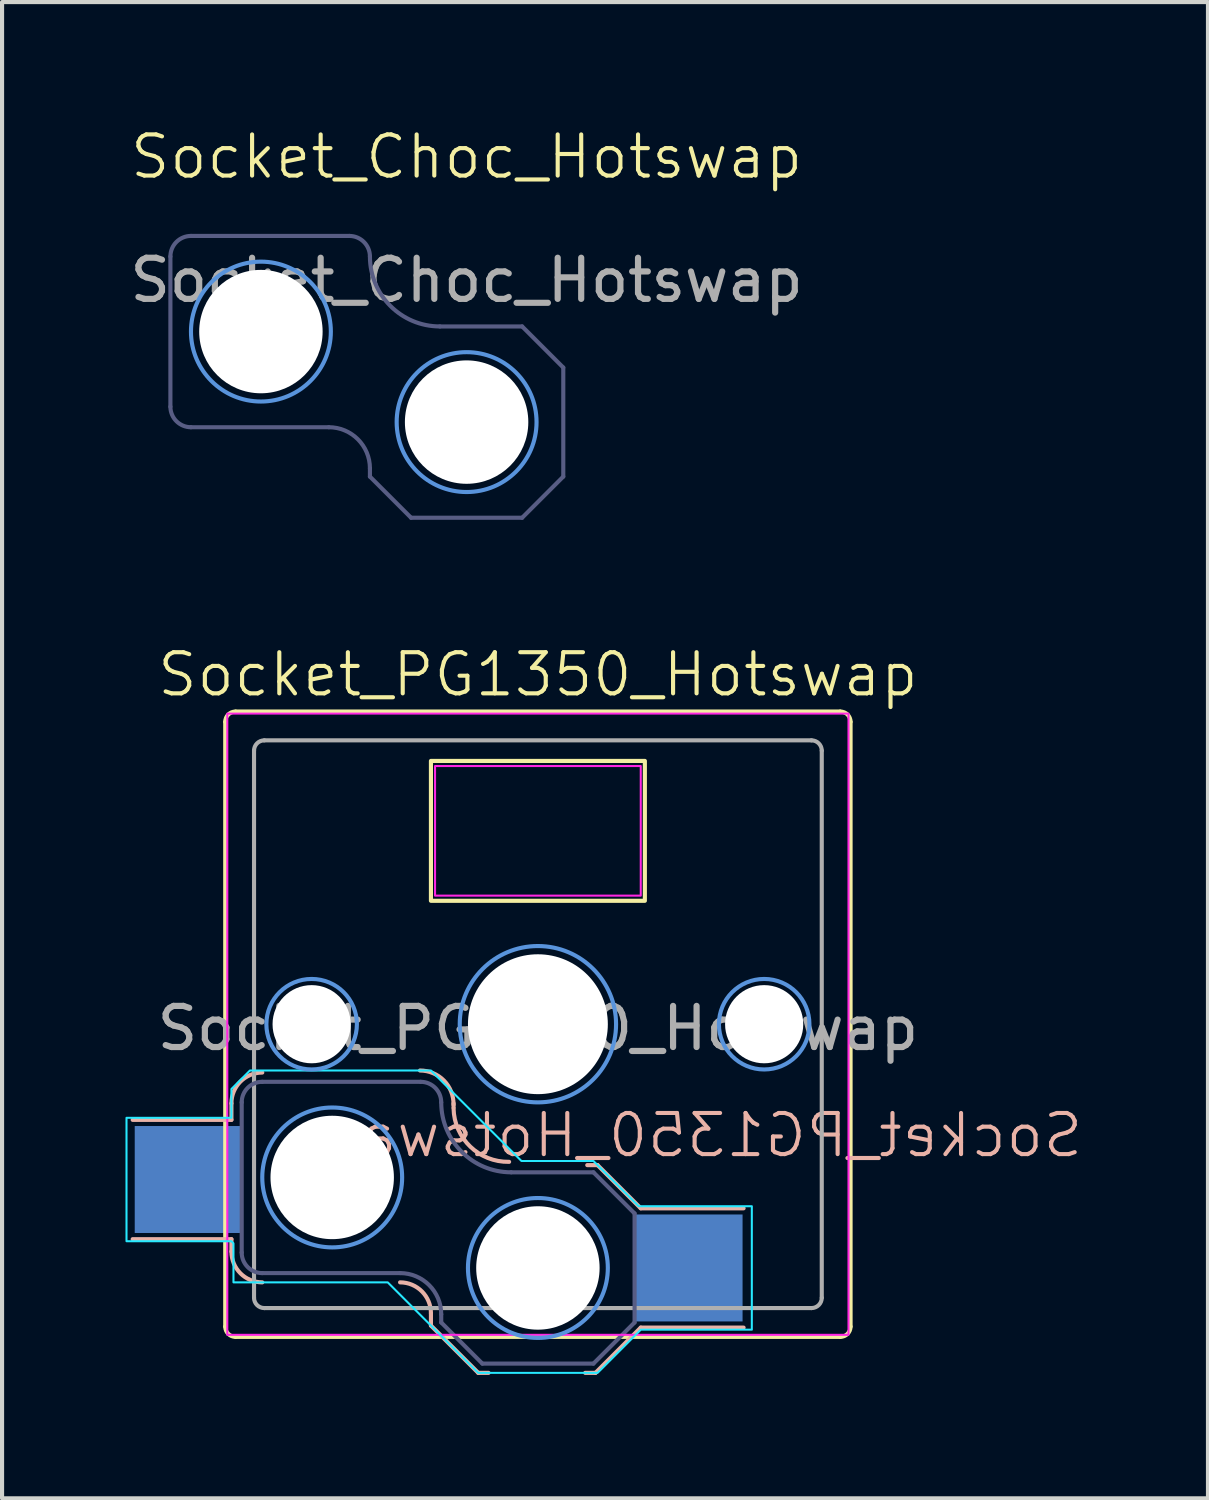
<source format=kicad_pcb>
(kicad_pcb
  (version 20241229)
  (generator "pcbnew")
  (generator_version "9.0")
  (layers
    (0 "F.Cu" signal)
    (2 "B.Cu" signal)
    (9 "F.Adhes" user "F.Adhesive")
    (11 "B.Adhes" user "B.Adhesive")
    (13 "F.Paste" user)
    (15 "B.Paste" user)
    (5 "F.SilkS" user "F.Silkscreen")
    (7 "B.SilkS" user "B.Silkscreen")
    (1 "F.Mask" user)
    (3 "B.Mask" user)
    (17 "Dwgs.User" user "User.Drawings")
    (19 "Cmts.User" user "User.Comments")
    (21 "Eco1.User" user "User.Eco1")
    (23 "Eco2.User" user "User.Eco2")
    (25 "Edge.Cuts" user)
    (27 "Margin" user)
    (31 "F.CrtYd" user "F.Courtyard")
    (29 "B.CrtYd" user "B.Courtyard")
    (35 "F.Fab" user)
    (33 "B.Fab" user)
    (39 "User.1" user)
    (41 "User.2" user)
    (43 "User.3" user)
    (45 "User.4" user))
  (footprint "Socket_Choc_Hotswap"
    (layer "F.Cu")
    (at 8.292 1.26)
    (property "Reference" "Socket_Choc_Hotswap" (at 0 -0.5 0) (unlocked yes) (layer "F.SilkS") (effects (font (size 1 1) (thickness 0.1))))
    (attr smd)
    (fp_circle (center -5 3.75) (end -3.3 3.75) (stroke (width 0.1) (type default)) (fill no) (layer "Cmts.User"))
    (fp_circle (center 0 5.95) (end 1.7 5.95) (stroke (width 0.1) (type default)) (fill no) (layer "Cmts.User"))
    (fp_line (start -7.2 1.925) (end -7.2 5.575) (stroke (width 0.1) (type default)) (layer "B.Fab"))
    (fp_line (start -6.7 1.425) (end -2.85 1.425) (stroke (width 0.1) (type default)) (layer "B.Fab"))
    (fp_line (start -6.7 6.075) (end -3.35 6.075) (stroke (width 0.1) (type default)) (layer "B.Fab"))
    (fp_line (start -2.35 7.275) (end -2.35 7.075) (stroke (width 0.1) (type default)) (layer "B.Fab"))
    (fp_line (start -1.35 8.275) (end -2.35 7.275) (stroke (width 0.1) (type default)) (layer "B.Fab"))
    (fp_line (start -1.35 8.275) (end 1.35 8.275) (stroke (width 0.1) (type default)) (layer "B.Fab"))
    (fp_line (start 1.35 3.625) (end -0.65 3.625) (stroke (width 0.1) (type default)) (layer "B.Fab"))
    (fp_line (start 1.35 8.275) (end 2.35 7.275) (stroke (width 0.1) (type default)) (layer "B.Fab"))
    (fp_line (start 2.35 4.625) (end 1.35 3.625) (stroke (width 0.1) (type default)) (layer "B.Fab"))
    (fp_line (start 2.35 4.625) (end 2.35 7.275) (stroke (width 0.1) (type default)) (layer "B.Fab"))
    (fp_arc (start -7.2 1.925) (mid -7.053554 1.571446) (end -6.7 1.425) (stroke (width 0.1) (type default)) (layer "B.Fab"))
    (fp_arc (start -6.7 6.075) (mid -7.053553 5.928553) (end -7.2 5.575) (stroke (width 0.1) (type default)) (layer "B.Fab"))
    (fp_arc (start -3.350312 6.074688) (mid -2.642985 6.367673) (end -2.35 7.075) (stroke (width 0.1) (type default)) (layer "B.Fab"))
    (fp_arc (start -2.85 1.425) (mid -2.496447 1.571447) (end -2.35 1.925) (stroke (width 0.1) (type default)) (layer "B.Fab"))
    (fp_arc (start -0.65 3.625) (mid -1.852082 3.127082) (end -2.35 1.925) (stroke (width 0.1) (type default)) (layer "B.Fab"))
    (fp_text user "${REFERENCE}" (at 0 2.5 0) (unlocked yes) (layer "F.Fab") (effects (font (size 1 1) (thickness 0.15))))
    (pad "" np_thru_hole circle (at -5 3.75) (size 3 3) (drill 3) (layers "*.Cu" "*.Mask"))
    (pad "" np_thru_hole circle (at 0 5.95) (size 3 3) (drill 3) (layers "*.Cu" "*.Mask")))
  (footprint "Socket_PG1350_Hotswap"
    (layer "F.Cu")
    (at 10.025 21.846)
    (property "Reference" "Socket_PG1350_Hotswap" (at 0 -8.5 0) (unlocked yes) (layer "F.SilkS") (effects (font (size 1 1) (thickness 0.1))))
    (attr through_hole)
    (fp_line (start -7.6 7.35) (end -7.6 -7.35) (stroke (width 0.1) (type default)) (layer "F.SilkS"))
    (fp_line (start -7.35 -7.6) (end 7.35 -7.6) (stroke (width 0.1) (type default)) (layer "F.SilkS"))
    (fp_line (start 7.35 7.6) (end -7.35 7.6) (stroke (width 0.1) (type default)) (layer "F.SilkS"))
    (fp_line (start 7.6 -7.35) (end 7.6 7.35) (stroke (width 0.1) (type default)) (layer "F.SilkS"))
    (fp_rect (start -2.6 -6.4) (end 2.6 -3) (stroke (width 0.1) (type default)) (fill no) (layer "F.SilkS"))
    (fp_arc (start -7.6 -7.35) (mid -7.526777 -7.526777) (end -7.35 -7.6) (stroke (width 0.1) (type default)) (layer "F.SilkS"))
    (fp_arc (start -7.35 7.6) (mid -7.526777 7.526777) (end -7.6 7.35) (stroke (width 0.1) (type default)) (layer "F.SilkS"))
    (fp_arc (start 7.35 -7.6) (mid 7.526777 -7.526777) (end 7.6 -7.35) (stroke (width 0.1) (type default)) (layer "F.SilkS"))
    (fp_arc (start 7.6 7.35) (mid 7.526777 7.526777) (end 7.35 7.6) (stroke (width 0.1) (type default)) (layer "F.SilkS"))
    (fp_line (start -9.85 2.325) (end -7.45 2.325) (stroke (width 0.1) (type default)) (layer "B.SilkS"))
    (fp_line (start -9.85 5.225) (end -7.45 5.225) (stroke (width 0.1) (type default)) (layer "B.SilkS"))
    (fp_line (start -7.45 2.325) (end -7.45 1.925) (stroke (width 0.1) (type default)) (layer "B.SilkS"))
    (fp_line (start -7.45 5.525) (end -7.45 5.225) (stroke (width 0.1) (type default)) (layer "B.SilkS"))
    (fp_line (start -2.6 7.025) (end -2.6 7.325) (stroke (width 0.1) (type default)) (layer "B.SilkS"))
    (fp_line (start -2.05 2.025) (end -2.05 1.925) (stroke (width 0.1) (type default)) (layer "B.SilkS"))
    (fp_line (start -1.45 8.475) (end -2.6 7.325) (stroke (width 0.1) (type default)) (layer "B.SilkS"))
    (fp_line (start -1.2 8.475) (end -1.45 8.475) (stroke (width 0.1) (type default)) (layer "B.SilkS"))
    (fp_line (start 1.15 8.475) (end 1.4 8.475) (stroke (width 0.1) (type default)) (layer "B.SilkS"))
    (fp_line (start 1.4 8.475) (end 2.5 7.375) (stroke (width 0.1) (type default)) (layer "B.SilkS"))
    (fp_line (start 1.45 3.425) (end 1.2 3.425) (stroke (width 0.1) (type default)) (layer "B.SilkS"))
    (fp_line (start 2.5 4.475) (end 1.45 3.425) (stroke (width 0.1) (type default)) (layer "B.SilkS"))
    (fp_line (start 2.5 4.475) (end 5 4.475) (stroke (width 0.1) (type default)) (layer "B.SilkS"))
    (fp_line (start 2.5 7.375) (end 5 7.375) (stroke (width 0.1) (type default)) (layer "B.SilkS"))
    (fp_arc (start -7.45 1.925) (mid -7.23033 1.39467) (end -6.7 1.175) (stroke (width 0.1) (type default)) (layer "B.SilkS"))
    (fp_arc (start -6.7 6.275) (mid -7.23033 6.05533) (end -7.45 5.525) (stroke (width 0.1) (type default)) (layer "B.SilkS"))
    (fp_arc (start -3.35 6.275) (mid -2.81967 6.49467) (end -2.6 7.025) (stroke (width 0.1) (type default)) (layer "B.SilkS"))
    (fp_arc (start -2.865685 1.125514) (mid -2.283982 1.369612) (end -2.050653 1.955718) (stroke (width 0.1) (type default)) (layer "B.SilkS"))
    (fp_arc (start -0.7 3.345406) (mid -1.644237 2.975) (end -2.05 2.045406) (stroke (width 0.1) (type default)) (layer "B.SilkS"))
    (fp_circle (center -5.5 0) (end -4.4 0) (stroke (width 0.1) (type default)) (fill no) (layer "Cmts.User"))
    (fp_circle (center -5 3.725) (end -3.3 3.725) (stroke (width 0.1) (type default)) (fill no) (layer "Cmts.User"))
    (fp_circle (center 0 0) (end 1.9 0) (stroke (width 0.1) (type default)) (fill no) (layer "Cmts.User"))
    (fp_circle (center 0 5.925) (end 1.7 5.925) (stroke (width 0.1) (type default)) (fill no) (layer "Cmts.User"))
    (fp_circle (center 5.5 0) (end 6.6 0) (stroke (width 0.1) (type default)) (fill no) (layer "Cmts.User"))
    (fp_poly (pts (xy -10 2.275) (xy -10 5.275) (xy -7.45 5.275) (xy -7.4 5.325) (xy -7.4 6.275) (xy -3.65 6.275) (xy -1.45 8.475) (xy 1.45 8.475) (xy 2.5 7.425) (xy 5.2 7.425) (xy 5.2 4.425) (xy 2.45 4.425) (xy 1.35 3.325) (xy -0.4 3.325) (xy -2.6 1.125) (xy -7 1.125) (xy -7.45 1.575) (xy -7.45 2.275)) (stroke (width 0.05) (type solid)) (fill no) (layer "B.CrtYd"))
    (fp_rect (start -7.55 -7.55) (end 7.55 7.55) (stroke (width 0.05) (type default)) (fill no) (layer "F.CrtYd"))
    (fp_rect (start -2.5 -6.275) (end 2.5 -3.125) (stroke (width 0.05) (type default)) (fill no) (layer "F.CrtYd"))
    (fp_line (start -7.2 1.9) (end -7.2 5.55) (stroke (width 0.1) (type default)) (layer "B.Fab"))
    (fp_line (start -6.7 1.4) (end -2.85 1.4) (stroke (width 0.1) (type default)) (layer "B.Fab"))
    (fp_line (start -6.7 6.05) (end -3.35 6.05) (stroke (width 0.1) (type default)) (layer "B.Fab"))
    (fp_line (start -2.35 7.25) (end -2.35 7.05) (stroke (width 0.1) (type default)) (layer "B.Fab"))
    (fp_line (start -1.35 8.25) (end -2.35 7.25) (stroke (width 0.1) (type default)) (layer "B.Fab"))
    (fp_line (start -1.35 8.25) (end 1.35 8.25) (stroke (width 0.1) (type default)) (layer "B.Fab"))
    (fp_line (start 1.35 3.6) (end -0.65 3.6) (stroke (width 0.1) (type default)) (layer "B.Fab"))
    (fp_line (start 1.35 8.25) (end 2.35 7.25) (stroke (width 0.1) (type default)) (layer "B.Fab"))
    (fp_line (start 2.35 4.6) (end 1.35 3.6) (stroke (width 0.1) (type default)) (layer "B.Fab"))
    (fp_line (start 2.35 4.6) (end 2.35 7.25) (stroke (width 0.1) (type default)) (layer "B.Fab"))
    (fp_arc (start -7.2 1.9) (mid -7.053554 1.546446) (end -6.7 1.4) (stroke (width 0.1) (type default)) (layer "B.Fab"))
    (fp_arc (start -6.7 6.05) (mid -7.053553 5.903553) (end -7.2 5.55) (stroke (width 0.1) (type default)) (layer "B.Fab"))
    (fp_arc (start -3.350312 6.049688) (mid -2.642985 6.342673) (end -2.35 7.05) (stroke (width 0.1) (type default)) (layer "B.Fab"))
    (fp_arc (start -2.85 1.4) (mid -2.496447 1.546447) (end -2.35 1.9) (stroke (width 0.1) (type default)) (layer "B.Fab"))
    (fp_arc (start -0.65 3.6) (mid -1.852082 3.102082) (end -2.35 1.9) (stroke (width 0.1) (type default)) (layer "B.Fab"))
    (fp_line (start -6.9 6.65) (end -6.9 -6.65) (stroke (width 0.1) (type default)) (layer "F.Fab"))
    (fp_line (start -6.65 -6.9) (end 6.65 -6.9) (stroke (width 0.1) (type default)) (layer "F.Fab"))
    (fp_line (start 6.65 6.9) (end -6.65 6.9) (stroke (width 0.1) (type default)) (layer "F.Fab"))
    (fp_line (start 6.9 -6.65) (end 6.9 6.65) (stroke (width 0.1) (type default)) (layer "F.Fab"))
    (fp_arc (start -6.9 -6.65) (mid -6.826777 -6.826777) (end -6.65 -6.9) (stroke (width 0.1) (type default)) (layer "F.Fab"))
    (fp_arc (start -6.65 6.9) (mid -6.826777 6.826777) (end -6.9 6.65) (stroke (width 0.1) (type default)) (layer "F.Fab"))
    (fp_arc (start 6.65 -6.9) (mid 6.826777 -6.826777) (end 6.9 -6.65) (stroke (width 0.1) (type default)) (layer "F.Fab"))
    (fp_arc (start 6.9 6.65) (mid 6.826777 6.826777) (end 6.65 6.9) (stroke (width 0.1) (type default)) (layer "F.Fab"))
    (fp_text user "${REFERENCE}" (at 4 2.7 0) (unlocked yes) (layer "B.SilkS") (effects (font (size 1 1) (thickness 0.1)) (justify mirror)))
    (fp_text user "${REFERENCE}" (at 0 0.1 0) (unlocked yes) (layer "F.Fab") (effects (font (size 1 1) (thickness 0.15))))
    (pad "" np_thru_hole circle (at -5.5 0) (size 1.9 1.9) (drill 1.9) (layers "*.Cu" "*.Mask"))
    (pad "" np_thru_hole circle (at -5 3.725) (size 3 3) (drill 3) (layers "*.Cu" "*.Mask"))
    (pad "" np_thru_hole circle (at 0 0) (size 3.4 3.4) (drill 3.4) (layers "*.Cu" "*.Mask"))
    (pad "" np_thru_hole circle (at 0 5.925) (size 3 3) (drill 3) (layers "*.Cu" "*.Mask"))
    (pad "" np_thru_hole circle (at 5.5 0) (size 1.9 1.9) (drill 1.9) (layers "*.Cu" "*.Mask"))
    (pad "1" smd rect (at 3.675 5.925) (size 2.6 2.6) (layers "B.Cu" "B.Mask" "B.Paste"))
    (pad "2" smd rect (at -8.5 3.775) (size 2.6 2.6) (layers "B.Cu" "B.Mask" "B.Paste")))
  (gr_rect
    (start -3 -3)
    (end 26.313 33.371)
    (stroke (width 0.1) (type default))
    (fill no)
    (layer "Edge.Cuts")))
</source>
